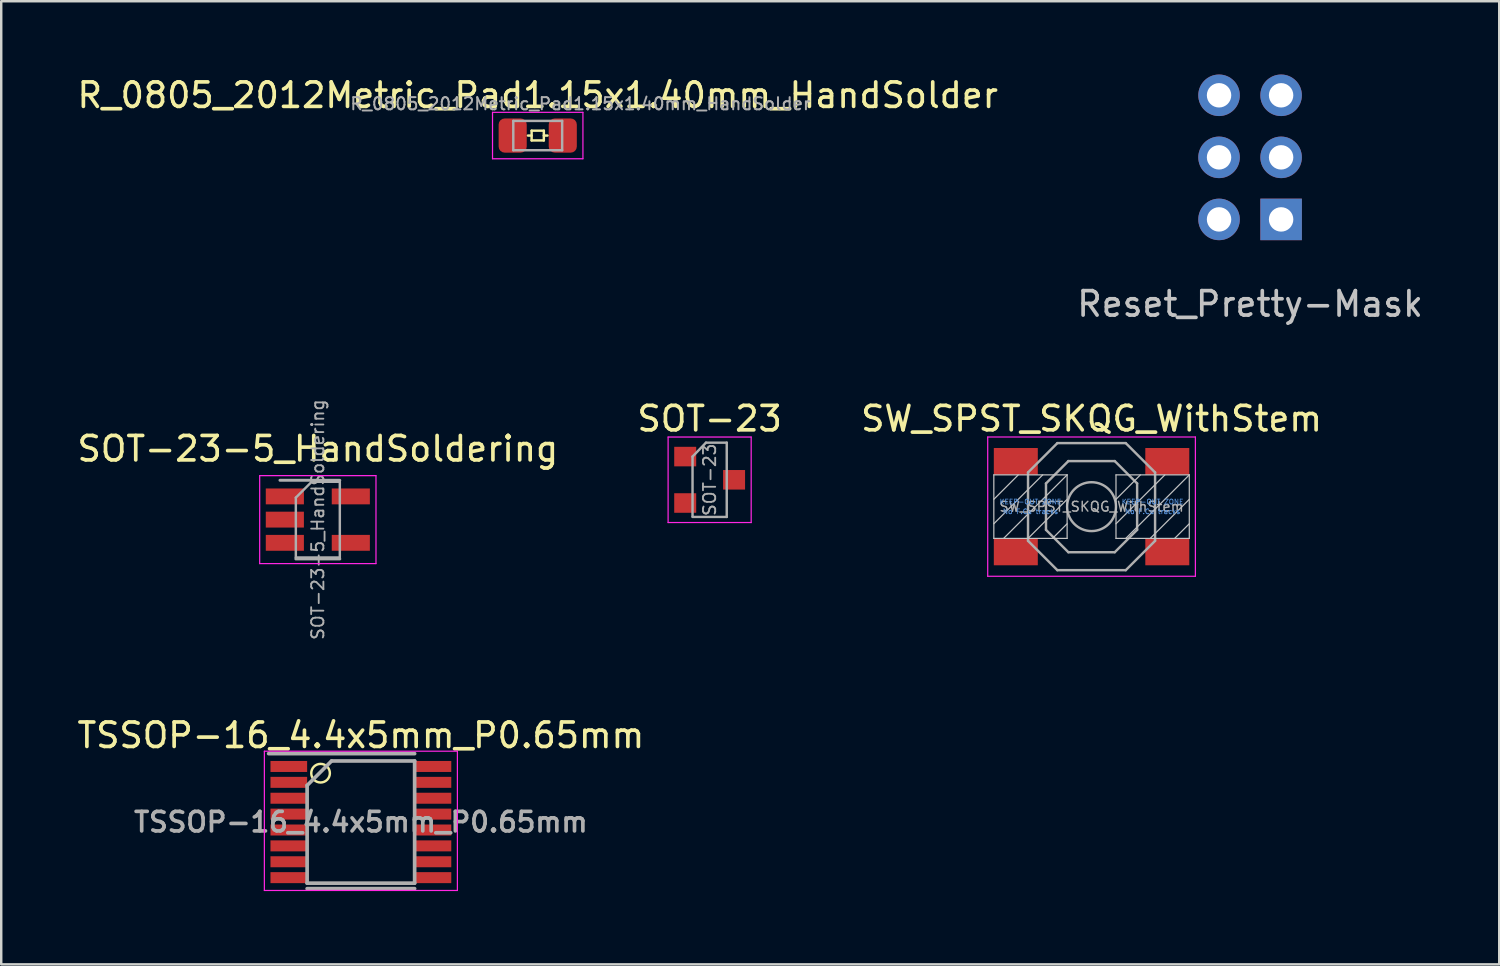
<source format=kicad_pcb>
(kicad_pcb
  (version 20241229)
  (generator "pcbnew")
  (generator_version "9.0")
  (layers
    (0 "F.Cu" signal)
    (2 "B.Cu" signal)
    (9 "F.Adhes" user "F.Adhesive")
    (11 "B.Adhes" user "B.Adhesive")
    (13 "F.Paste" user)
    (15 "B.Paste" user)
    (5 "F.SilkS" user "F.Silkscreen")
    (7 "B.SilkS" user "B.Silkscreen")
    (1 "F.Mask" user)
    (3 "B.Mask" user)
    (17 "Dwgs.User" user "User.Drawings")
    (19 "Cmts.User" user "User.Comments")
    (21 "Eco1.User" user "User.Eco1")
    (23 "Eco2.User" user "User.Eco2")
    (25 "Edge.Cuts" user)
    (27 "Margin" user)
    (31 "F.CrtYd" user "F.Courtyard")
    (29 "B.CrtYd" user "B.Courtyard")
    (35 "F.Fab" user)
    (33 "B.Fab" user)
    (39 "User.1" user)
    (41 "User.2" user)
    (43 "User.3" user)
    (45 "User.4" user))
  (footprint "Reset_Pretty-Mask"
    (layer "F.Cu")
    (at 48.113 3.39)
    (property "Reference" "Reset_Pretty-Mask" (at 0 6 0) (layer "Dwgs.User") (effects (font (size 1 1) (thickness 0.15))))
    (attr exclude_from_pos_files exclude_from_bom)
    (pad "1" thru_hole circle (at -1.27 -2.54) (size 1.7 1.7) (drill 1) (layers "*.Cu" "F.Mask"))
    (pad "2" thru_hole circle (at 1.27 -2.54) (size 1.7 1.7) (drill 1) (layers "*.Cu" "F.Mask"))
    (pad "3" thru_hole circle (at -1.27 0) (size 1.7 1.7) (drill 1) (layers "*.Cu" "F.Mask"))
    (pad "4" thru_hole circle (at 1.27 0) (size 1.7 1.7) (drill 1) (layers "*.Cu" "F.Mask"))
    (pad "5" thru_hole circle (at -1.27 2.54) (size 1.7 1.7) (drill 1) (layers "*.Cu" "F.Mask"))
    (pad "6" thru_hole rect (at 1.27 2.54) (size 1.7 1.7) (drill 1) (layers "*.Cu" "F.Mask")))
  (footprint "TSSOP-16_4.4x5mm_P0.65mm"
    (layer "F.Cu")
    (at 11.72 30.595)
    (property "Reference" "TSSOP-16_4.4x5mm_P0.65mm" (at 0 -3.55 0) (layer "F.SilkS") (effects (font (size 1 1) (thickness 0.15))))
    (attr smd)
    (fp_circle (center -1.65 -2) (end -1.269 -2) (stroke (width 0.1) (type solid)) (fill no) (layer "F.SilkS"))
    (fp_line (start -3.95 -2.9) (end -3.95 2.8) (stroke (width 0.05) (type solid)) (layer "F.CrtYd"))
    (fp_line (start -3.95 -2.9) (end 3.95 -2.9) (stroke (width 0.05) (type solid)) (layer "F.CrtYd"))
    (fp_line (start -3.95 2.8) (end 3.95 2.8) (stroke (width 0.05) (type solid)) (layer "F.CrtYd"))
    (fp_line (start 3.95 -2.9) (end 3.95 2.8) (stroke (width 0.05) (type solid)) (layer "F.CrtYd"))
    (fp_line (start -3.775 -2.8) (end 2.2 -2.8) (stroke (width 0.15) (type solid)) (layer "F.Fab"))
    (fp_line (start -2.2 -1.5) (end -1.2 -2.5) (stroke (width 0.15) (type solid)) (layer "F.Fab"))
    (fp_line (start -2.2 2.5) (end -2.2 -1.5) (stroke (width 0.15) (type solid)) (layer "F.Fab"))
    (fp_line (start -2.2 2.725) (end 2.2 2.725) (stroke (width 0.15) (type solid)) (layer "F.Fab"))
    (fp_line (start -1.2 -2.5) (end 2.2 -2.5) (stroke (width 0.15) (type solid)) (layer "F.Fab"))
    (fp_line (start 2.2 -2.5) (end 2.2 2.5) (stroke (width 0.15) (type solid)) (layer "F.Fab"))
    (fp_line (start 2.2 2.5) (end -2.2 2.5) (stroke (width 0.15) (type solid)) (layer "F.Fab"))
    (fp_text user "${REFERENCE}" (at 0 0 0) (layer "F.Fab") (effects (font (size 0.8 0.8) (thickness 0.15))))
    (pad "1" smd rect (at -2.95 -2.275) (size 1.5 0.45) (layers "F.Cu" "F.Mask" "F.Paste"))
    (pad "2" smd rect (at -2.95 -1.625) (size 1.5 0.45) (layers "F.Cu" "F.Mask" "F.Paste"))
    (pad "3" smd rect (at -2.95 -0.975) (size 1.5 0.45) (layers "F.Cu" "F.Mask" "F.Paste"))
    (pad "4" smd rect (at -2.95 -0.325) (size 1.5 0.45) (layers "F.Cu" "F.Mask" "F.Paste"))
    (pad "5" smd rect (at -2.95 0.325) (size 1.5 0.45) (layers "F.Cu" "F.Mask" "F.Paste"))
    (pad "6" smd rect (at -2.95 0.975) (size 1.5 0.45) (layers "F.Cu" "F.Mask" "F.Paste"))
    (pad "7" smd rect (at -2.95 1.625) (size 1.5 0.45) (layers "F.Cu" "F.Mask" "F.Paste"))
    (pad "8" smd rect (at -2.95 2.275) (size 1.5 0.45) (layers "F.Cu" "F.Mask" "F.Paste"))
    (pad "9" smd rect (at 2.95 2.275) (size 1.5 0.45) (layers "F.Cu" "F.Mask" "F.Paste"))
    (pad "10" smd rect (at 2.95 1.625) (size 1.5 0.45) (layers "F.Cu" "F.Mask" "F.Paste"))
    (pad "11" smd rect (at 2.95 0.975) (size 1.5 0.45) (layers "F.Cu" "F.Mask" "F.Paste"))
    (pad "12" smd rect (at 2.95 0.325) (size 1.5 0.45) (layers "F.Cu" "F.Mask" "F.Paste"))
    (pad "13" smd rect (at 2.95 -0.325) (size 1.5 0.45) (layers "F.Cu" "F.Mask" "F.Paste"))
    (pad "14" smd rect (at 2.95 -0.975) (size 1.5 0.45) (layers "F.Cu" "F.Mask" "F.Paste"))
    (pad "15" smd rect (at 2.95 -1.625) (size 1.5 0.45) (layers "F.Cu" "F.Mask" "F.Paste"))
    (pad "16" smd rect (at 2.95 -2.275) (size 1.5 0.45) (layers "F.Cu" "F.Mask" "F.Paste")))
  (footprint "SOT-23-5_HandSoldering"
    (layer "F.Cu")
    (at 9.958 18.217)
    (property "Reference" "SOT-23-5_HandSoldering" (at 0 -2.9 0) (layer "F.SilkS") (effects (font (size 1 1) (thickness 0.15))))
    (attr smd)
    (fp_line (start -2.38 -1.8) (end -2.38 1.8) (stroke (width 0.05) (type solid)) (layer "F.CrtYd"))
    (fp_line (start -2.38 -1.8) (end 2.38 -1.8) (stroke (width 0.05) (type solid)) (layer "F.CrtYd"))
    (fp_line (start 2.38 1.8) (end -2.38 1.8) (stroke (width 0.05) (type solid)) (layer "F.CrtYd"))
    (fp_line (start 2.38 1.8) (end 2.38 -1.8) (stroke (width 0.05) (type solid)) (layer "F.CrtYd"))
    (fp_line (start -0.9 -0.9) (end -0.9 1.55) (stroke (width 0.1) (type solid)) (layer "F.Fab"))
    (fp_line (start -0.9 -0.9) (end -0.25 -1.55) (stroke (width 0.1) (type solid)) (layer "F.Fab"))
    (fp_line (start -0.9 1.61) (end 0.9 1.61) (stroke (width 0.12) (type solid)) (layer "F.Fab"))
    (fp_line (start 0.9 -1.61) (end -1.55 -1.61) (stroke (width 0.12) (type solid)) (layer "F.Fab"))
    (fp_line (start 0.9 -1.55) (end -0.25 -1.55) (stroke (width 0.1) (type solid)) (layer "F.Fab"))
    (fp_line (start 0.9 -1.55) (end 0.9 1.55) (stroke (width 0.1) (type solid)) (layer "F.Fab"))
    (fp_line (start 0.9 1.55) (end -0.9 1.55) (stroke (width 0.1) (type solid)) (layer "F.Fab"))
    (fp_text user "${REFERENCE}" (at 0 0 90) (layer "F.Fab") (effects (font (size 0.5 0.5) (thickness 0.075))))
    (pad "1" smd rect (at -1.35 -0.95) (size 1.56 0.65) (layers "F.Cu" "F.Mask" "F.Paste"))
    (pad "2" smd rect (at -1.35 0) (size 1.56 0.65) (layers "F.Cu" "F.Mask" "F.Paste"))
    (pad "3" smd rect (at -1.35 0.95) (size 1.56 0.65) (layers "F.Cu" "F.Mask" "F.Paste"))
    (pad "4" smd rect (at 1.35 0.95) (size 1.56 0.65) (layers "F.Cu" "F.Mask" "F.Paste"))
    (pad "5" smd rect (at 1.35 -0.95) (size 1.56 0.65) (layers "F.Cu" "F.Mask" "F.Paste")))
  (footprint "SW_SPST_SKQG_WithStem"
    (layer "F.Cu")
    (at 41.625 17.686)
    (property "Reference" "SW_SPST_SKQG_WithStem" (at 0 -3.6 0) (layer "F.SilkS") (effects (font (size 1 1) (thickness 0.15))))
    (attr smd)
    (fp_line (start -4 -1.3) (end -1 -1.3) (stroke (width 0.05) (type solid)) (layer "Dwgs.User"))
    (fp_line (start -4 -0.3) (end -3 -1.3) (stroke (width 0.05) (type solid)) (layer "Dwgs.User"))
    (fp_line (start -4 0.7) (end -2 -1.3) (stroke (width 0.05) (type solid)) (layer "Dwgs.User"))
    (fp_line (start -4 1.3) (end -4 -1.3) (stroke (width 0.05) (type solid)) (layer "Dwgs.User"))
    (fp_line (start -2.6 1.3) (end -1 -0.3) (stroke (width 0.05) (type solid)) (layer "Dwgs.User"))
    (fp_line (start -1 -1.3) (end -3.6 1.3) (stroke (width 0.05) (type solid)) (layer "Dwgs.User"))
    (fp_line (start -1 -1.3) (end -1 1.3) (stroke (width 0.05) (type solid)) (layer "Dwgs.User"))
    (fp_line (start -1 0.7) (end -1.6 1.3) (stroke (width 0.05) (type solid)) (layer "Dwgs.User"))
    (fp_line (start -1 1.3) (end -4 1.3) (stroke (width 0.05) (type solid)) (layer "Dwgs.User"))
    (fp_line (start 1 -1.3) (end 4 -1.3) (stroke (width 0.05) (type solid)) (layer "Dwgs.User"))
    (fp_line (start 1 -0.3) (end 2 -1.3) (stroke (width 0.05) (type solid)) (layer "Dwgs.User"))
    (fp_line (start 1 0.7) (end 3 -1.3) (stroke (width 0.05) (type solid)) (layer "Dwgs.User"))
    (fp_line (start 1 1.3) (end 1 -1.3) (stroke (width 0.05) (type solid)) (layer "Dwgs.User"))
    (fp_line (start 2.4 1.3) (end 4 -0.3) (stroke (width 0.05) (type solid)) (layer "Dwgs.User"))
    (fp_line (start 4 -1.3) (end 1.4 1.3) (stroke (width 0.05) (type solid)) (layer "Dwgs.User"))
    (fp_line (start 4 -1.3) (end 4 1.3) (stroke (width 0.05) (type solid)) (layer "Dwgs.User"))
    (fp_line (start 4 0.7) (end 3.4 1.3) (stroke (width 0.05) (type solid)) (layer "Dwgs.User"))
    (fp_line (start 4 1.3) (end 1 1.3) (stroke (width 0.05) (type solid)) (layer "Dwgs.User"))
    (fp_line (start -4.25 -2.85) (end -4.25 2.85) (stroke (width 0.05) (type solid)) (layer "F.CrtYd"))
    (fp_line (start -4.25 2.85) (end 4.25 2.85) (stroke (width 0.05) (type solid)) (layer "F.CrtYd"))
    (fp_line (start 4.25 -2.85) (end -4.25 -2.85) (stroke (width 0.05) (type solid)) (layer "F.CrtYd"))
    (fp_line (start 4.25 2.85) (end 4.25 -2.85) (stroke (width 0.05) (type solid)) (layer "F.CrtYd"))
    (fp_line (start -2.6 -1.4) (end -1.4 -2.6) (stroke (width 0.1) (type solid)) (layer "F.Fab"))
    (fp_line (start -2.6 1.4) (end -2.6 -1.4) (stroke (width 0.1) (type solid)) (layer "F.Fab"))
    (fp_line (start -1.865 0.95) (end -1.865 -0.95) (stroke (width 0.1) (type solid)) (layer "F.Fab"))
    (fp_line (start -1.4 -2.6) (end 1.4 -2.6) (stroke (width 0.1) (type solid)) (layer "F.Fab"))
    (fp_line (start -1.4 2.6) (end -2.6 1.4) (stroke (width 0.1) (type solid)) (layer "F.Fab"))
    (fp_line (start -0.95 -1.865) (end -1.865 -0.95) (stroke (width 0.1) (type solid)) (layer "F.Fab"))
    (fp_line (start -0.95 -1.865) (end 0.95 -1.865) (stroke (width 0.1) (type solid)) (layer "F.Fab"))
    (fp_line (start -0.95 1.865) (end -1.865 0.95) (stroke (width 0.1) (type solid)) (layer "F.Fab"))
    (fp_line (start 0.95 -1.865) (end 1.865 -0.95) (stroke (width 0.1) (type solid)) (layer "F.Fab"))
    (fp_line (start 0.95 1.865) (end -0.95 1.865) (stroke (width 0.1) (type solid)) (layer "F.Fab"))
    (fp_line (start 0.95 1.865) (end 1.865 0.95) (stroke (width 0.1) (type solid)) (layer "F.Fab"))
    (fp_line (start 1.4 -2.6) (end 2.6 -1.4) (stroke (width 0.1) (type solid)) (layer "F.Fab"))
    (fp_line (start 1.4 2.6) (end -1.4 2.6) (stroke (width 0.1) (type solid)) (layer "F.Fab"))
    (fp_line (start 1.865 -0.95) (end 1.865 0.95) (stroke (width 0.1) (type solid)) (layer "F.Fab"))
    (fp_line (start 2.6 -1.4) (end 2.6 1.4) (stroke (width 0.1) (type solid)) (layer "F.Fab"))
    (fp_line (start 2.6 1.4) (end 1.4 2.6) (stroke (width 0.1) (type solid)) (layer "F.Fab"))
    (fp_circle (center 0 0) (end 1 0) (stroke (width 0.1) (type solid)) (fill no) (layer "F.Fab"))
    (fp_text user "KEEP-OUT ZONE" (at -2.5 -0.2 0) (layer "Cmts.User") (effects (font (size 0.2 0.2) (thickness 0.03))))
    (fp_text user "No F.Cu tracks" (at -2.5 0.2 0) (layer "Cmts.User") (effects (font (size 0.2 0.2) (thickness 0.03))))
    (fp_text user "No F.Cu tracks" (at 2.5 0.2 0) (layer "Cmts.User") (effects (font (size 0.2 0.2) (thickness 0.03))))
    (fp_text user "KEEP-OUT ZONE" (at 2.5 -0.2 0) (layer "Cmts.User") (effects (font (size 0.2 0.2) (thickness 0.03))))
    (fp_text user "${REFERENCE}" (at 0 0 0) (layer "F.Fab") (effects (font (size 0.4 0.4) (thickness 0.06))))
    (pad "1" smd rect (at -3.1 -1.85) (size 1.8 1.1) (layers "F.Cu" "F.Mask" "F.Paste"))
    (pad "1" smd rect (at 3.1 -1.85) (size 1.8 1.1) (layers "F.Cu" "F.Mask" "F.Paste"))
    (pad "2" smd rect (at -3.1 1.85) (size 1.8 1.1) (layers "F.Cu" "F.Mask" "F.Paste"))
    (pad "2" smd rect (at 3.1 1.85) (size 1.8 1.1) (layers "F.Cu" "F.Mask" "F.Paste")))
  (footprint "SOT-23"
    (layer "F.Cu")
    (at 25.994 16.587)
    (property "Reference" "SOT-23" (at 0 -2.5 0) (layer "F.SilkS") (effects (font (size 1 1) (thickness 0.15))))
    (attr smd)
    (fp_line (start -1.7 -1.75) (end 1.7 -1.75) (stroke (width 0.05) (type solid)) (layer "F.CrtYd"))
    (fp_line (start -1.7 1.75) (end -1.7 -1.75) (stroke (width 0.05) (type solid)) (layer "F.CrtYd"))
    (fp_line (start 1.7 -1.75) (end 1.7 1.75) (stroke (width 0.05) (type solid)) (layer "F.CrtYd"))
    (fp_line (start 1.7 1.75) (end -1.7 1.75) (stroke (width 0.05) (type solid)) (layer "F.CrtYd"))
    (fp_line (start -0.7 -0.95) (end -0.7 1.5) (stroke (width 0.1) (type solid)) (layer "F.Fab"))
    (fp_line (start -0.7 -0.95) (end -0.15 -1.52) (stroke (width 0.1) (type solid)) (layer "F.Fab"))
    (fp_line (start -0.7 1.52) (end 0.7 1.52) (stroke (width 0.1) (type solid)) (layer "F.Fab"))
    (fp_line (start -0.15 -1.52) (end 0.7 -1.52) (stroke (width 0.1) (type solid)) (layer "F.Fab"))
    (fp_line (start 0.7 -1.52) (end 0.7 1.52) (stroke (width 0.1) (type solid)) (layer "F.Fab"))
    (fp_text user "${REFERENCE}" (at 0 0 90) (layer "F.Fab") (effects (font (size 0.5 0.5) (thickness 0.075))))
    (pad "1" smd rect (at -1 -0.95) (size 0.9 0.8) (layers "F.Cu" "F.Mask" "F.Paste"))
    (pad "2" smd rect (at -1 0.95) (size 0.9 0.8) (layers "F.Cu" "F.Mask" "F.Paste"))
    (pad "3" smd rect (at 1 0) (size 0.9 0.8) (layers "F.Cu" "F.Mask" "F.Paste")))
  (footprint "R_0805_2012Metric_Pad1.15x1.40mm_HandSolder"
    (layer "F.Cu")
    (at 18.958 2.498)
    (property "Reference" "R_0805_2012Metric_Pad1.15x1.40mm_HandSolder" (at 0 -1.65 0) (layer "F.SilkS") (effects (font (size 1 1) (thickness 0.15))))
    (attr smd)
    (fp_line (start -0.4 0) (end -0.25 0) (stroke (width 0.1) (type solid)) (layer "F.SilkS"))
    (fp_line (start -0.25 -0.2) (end -0.25 0.2) (stroke (width 0.1) (type solid)) (layer "F.SilkS"))
    (fp_line (start -0.25 0.2) (end 0.25 0.2) (stroke (width 0.1) (type solid)) (layer "F.SilkS"))
    (fp_line (start 0.25 -0.2) (end -0.25 -0.2) (stroke (width 0.1) (type solid)) (layer "F.SilkS"))
    (fp_line (start 0.25 0) (end 0.4 0) (stroke (width 0.1) (type solid)) (layer "F.SilkS"))
    (fp_line (start 0.25 0.2) (end 0.25 -0.2) (stroke (width 0.1) (type solid)) (layer "F.SilkS"))
    (fp_line (start -1.85 -0.95) (end 1.85 -0.95) (stroke (width 0.05) (type solid)) (layer "F.CrtYd"))
    (fp_line (start -1.85 0.95) (end -1.85 -0.95) (stroke (width 0.05) (type solid)) (layer "F.CrtYd"))
    (fp_line (start 1.85 -0.95) (end 1.85 0.95) (stroke (width 0.05) (type solid)) (layer "F.CrtYd"))
    (fp_line (start 1.85 0.95) (end -1.85 0.95) (stroke (width 0.05) (type solid)) (layer "F.CrtYd"))
    (fp_line (start -1 -0.6) (end 1 -0.6) (stroke (width 0.1) (type solid)) (layer "F.Fab"))
    (fp_line (start -1 0.6) (end -1 -0.6) (stroke (width 0.1) (type solid)) (layer "F.Fab"))
    (fp_line (start 1 -0.6) (end 1 0.6) (stroke (width 0.1) (type solid)) (layer "F.Fab"))
    (fp_line (start 1 0.6) (end -1 0.6) (stroke (width 0.1) (type solid)) (layer "F.Fab"))
    (fp_text user "${REFERENCE}" (at 1.75 -1.3 0) (layer "F.Fab") (effects (font (size 0.5 0.5) (thickness 0.08))))
    (pad "1" smd roundrect (at -1.025 0) (size 1.15 1.4) (layers "F.Cu" "F.Mask" "F.Paste") (roundrect_rratio 0.217))
    (pad "2" smd roundrect (at 1.025 0) (size 1.15 1.4) (layers "F.Cu" "F.Mask" "F.Paste") (roundrect_rratio 0.217)))
  (gr_rect
    (start -3 -3)
    (end 58.31 36.42)
    (stroke (width 0.1) (type default))
    (fill no)
    (layer "Edge.Cuts")))
</source>
